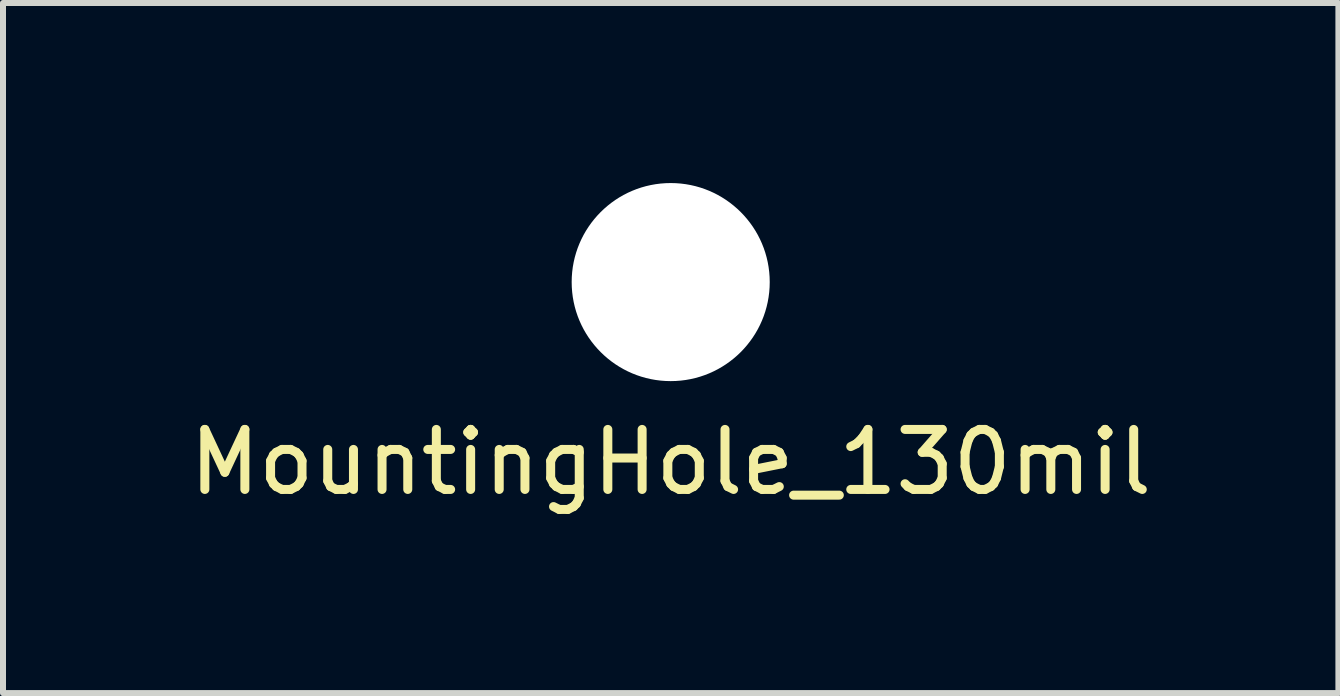
<source format=kicad_pcb>
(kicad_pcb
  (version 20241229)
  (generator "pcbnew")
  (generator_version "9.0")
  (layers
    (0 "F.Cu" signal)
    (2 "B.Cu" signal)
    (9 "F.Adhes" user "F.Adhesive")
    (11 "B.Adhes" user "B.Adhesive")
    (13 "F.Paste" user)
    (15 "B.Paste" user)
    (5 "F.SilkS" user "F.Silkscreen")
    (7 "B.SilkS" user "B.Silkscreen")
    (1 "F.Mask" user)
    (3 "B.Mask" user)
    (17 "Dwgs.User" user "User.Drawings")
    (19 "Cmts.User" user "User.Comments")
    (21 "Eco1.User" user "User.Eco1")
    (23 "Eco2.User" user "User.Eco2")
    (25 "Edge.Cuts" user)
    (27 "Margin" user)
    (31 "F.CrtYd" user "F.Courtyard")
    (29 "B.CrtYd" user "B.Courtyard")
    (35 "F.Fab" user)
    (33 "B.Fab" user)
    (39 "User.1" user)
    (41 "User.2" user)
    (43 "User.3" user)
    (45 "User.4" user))
  (footprint "MountingHole_130mil"
    (layer "F.Cu")
    (at 8.125 1.65)
    (property "Reference" "MountingHole_130mil" (at 0 3 0) (layer "F.SilkS") (effects (font (size 1 1) (thickness 0.15))))
    (attr through_hole)
    (pad "" np_thru_hole circle (at 0 0) (size 3.3 3.3) (drill 3.3) (layers "*.Cu")))
  (gr_rect
    (start -3 -3)
    (end 19.25 8.498)
    (stroke (width 0.1) (type default))
    (fill no)
    (layer "Edge.Cuts")))
</source>
